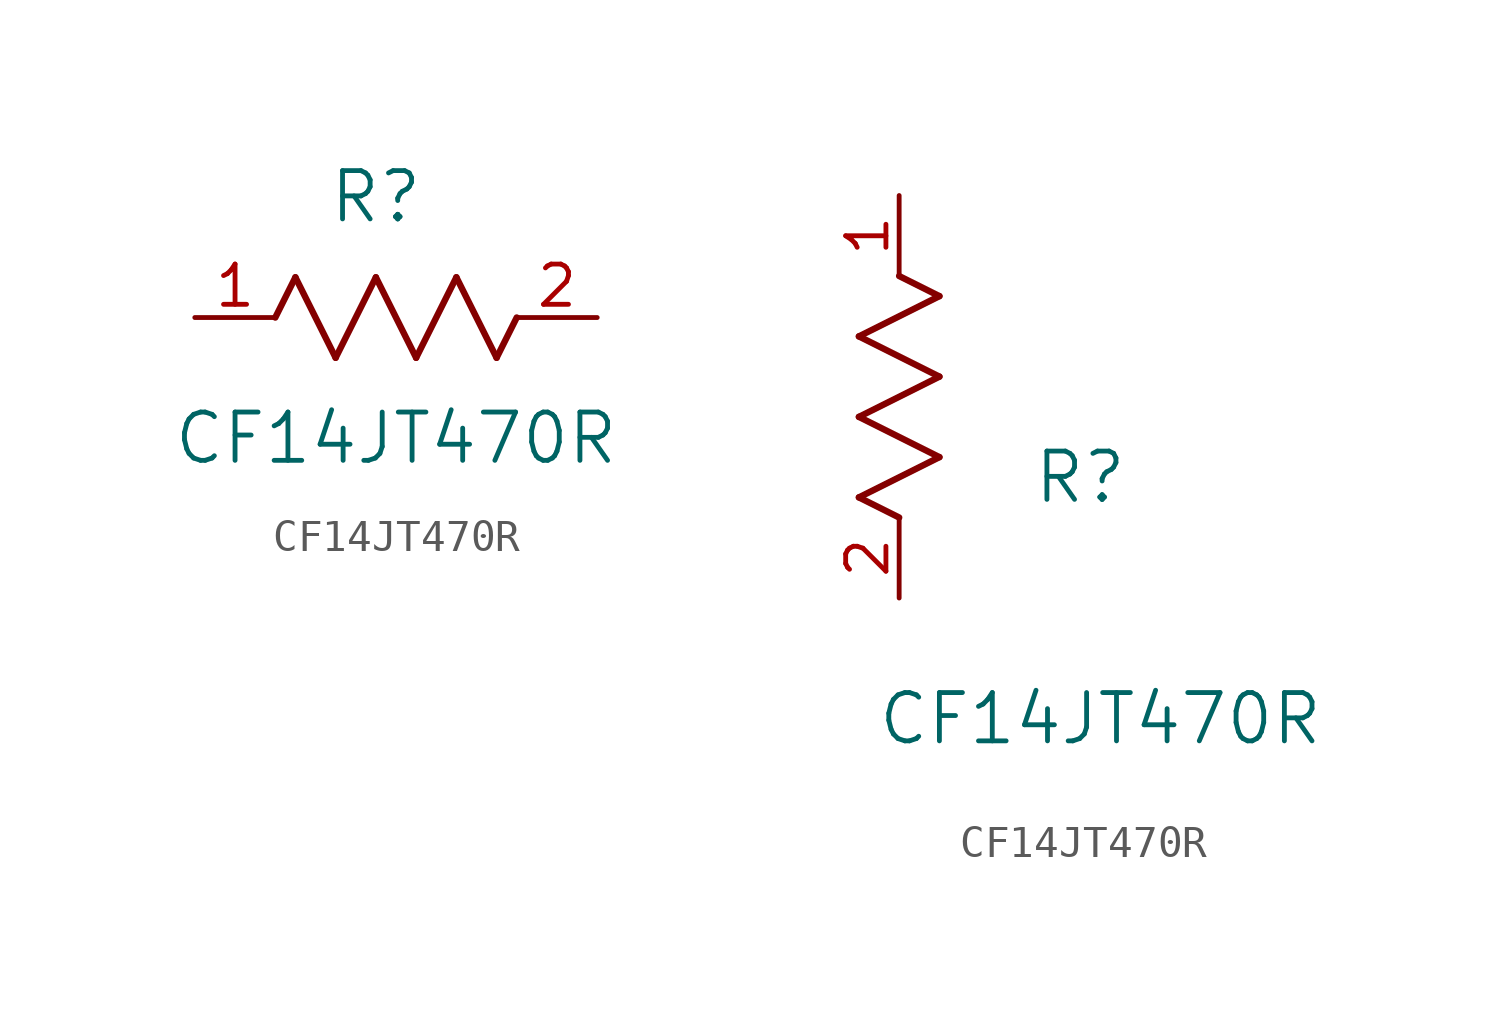
<source format=kicad_sym>
(kicad_symbol_lib
  (version 20211014)
  (generator kicad_symbol_editor)
  (symbol "CF14JT470R"
    (pin_names
      (offset 0.254))
    (property "Reference" "R"
      (at 5.715 3.81 0)
      (effects (font (size 1.524 1.524))))
    (property "Value" "CF14JT470R"
      (at 6.35 -3.81 0)
      (effects (font (size 1.524 1.524))))
    (symbol "CF14JT470R_1_1"
      (polyline (pts (xy 3.175 1.27) (xy 4.445 -1.27)) (stroke (width 0.203) (type default) (color 0 0 0 0)) (fill (type none)))
      (polyline (pts (xy 4.445 -1.27) (xy 5.715 1.27)) (stroke (width 0.203) (type default) (color 0 0 0 0)) (fill (type none)))
      (polyline (pts (xy 5.715 1.27) (xy 6.985 -1.27)) (stroke (width 0.203) (type default) (color 0 0 0 0)) (fill (type none)))
      (polyline (pts (xy 6.985 -1.27) (xy 8.255 1.27)) (stroke (width 0.203) (type default) (color 0 0 0 0)) (fill (type none)))
      (polyline (pts (xy 8.255 1.27) (xy 9.525 -1.27)) (stroke (width 0.203) (type default) (color 0 0 0 0)) (fill (type none)))
      (polyline (pts (xy 2.54 0) (xy 3.175 1.27)) (stroke (width 0.203) (type default) (color 0 0 0 0)) (fill (type none)))
      (polyline (pts (xy 9.525 -1.27) (xy 10.16 0)) (stroke (width 0.203) (type default) (color 0 0 0 0)) (fill (type none)))
      (pin unspecified line (at 0 0 0) (length 2.54) (name "" (effects (font (size 1.27 1.27)))) (number "1" (effects (font (size 1.27 1.27)))))
      (pin unspecified line (at 12.7 0 180) (length 2.54) (name "" (effects (font (size 1.27 1.27)))) (number "2" (effects (font (size 1.27 1.27))))))
    (symbol "CF14JT470R_1_2"
      (polyline (pts (xy 0 2.54) (xy -1.27 3.175)) (stroke (width 0.203) (type default) (color 0 0 0 0)) (fill (type none)))
      (polyline (pts (xy -1.27 3.175) (xy 1.27 4.445)) (stroke (width 0.203) (type default) (color 0 0 0 0)) (fill (type none)))
      (polyline (pts (xy 1.27 4.445) (xy -1.27 5.715)) (stroke (width 0.203) (type default) (color 0 0 0 0)) (fill (type none)))
      (polyline (pts (xy -1.27 5.715) (xy 1.27 6.985)) (stroke (width 0.203) (type default) (color 0 0 0 0)) (fill (type none)))
      (polyline (pts (xy -1.27 8.255) (xy 1.27 9.525)) (stroke (width 0.203) (type default) (color 0 0 0 0)) (fill (type none)))
      (polyline (pts (xy 1.27 9.525) (xy 0 10.16)) (stroke (width 0.203) (type default) (color 0 0 0 0)) (fill (type none)))
      (polyline (pts (xy 1.27 6.985) (xy -1.27 8.255)) (stroke (width 0.203) (type default) (color 0 0 0 0)) (fill (type none)))
      (pin unspecified line (at 0 12.7 270) (length 2.54) (name "" (effects (font (size 1.27 1.27)))) (number "1" (effects (font (size 1.27 1.27)))))
      (pin unspecified line (at 0 0 90) (length 2.54) (name "" (effects (font (size 1.27 1.27)))) (number "2" (effects (font (size 1.27 1.27))))))))
</source>
